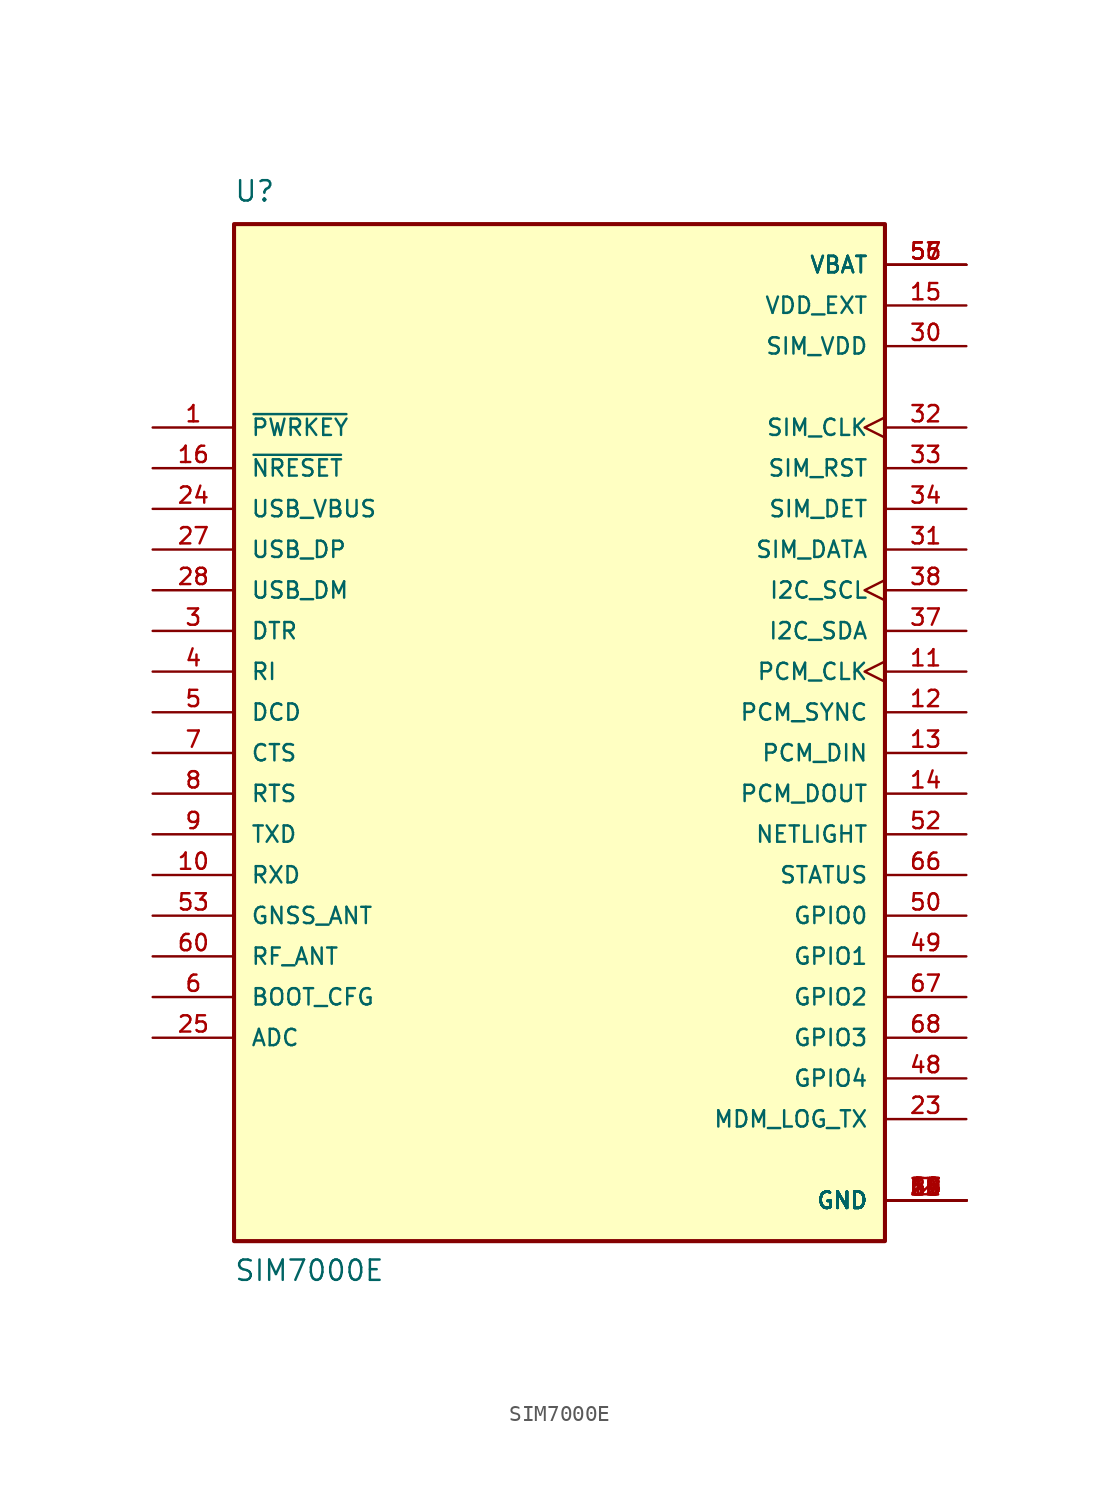
<source format=kicad_sym>
(kicad_symbol_lib
  (version 20211014)
  (generator kicad_symbol_editor)
  (symbol "SIM7000E"
    (pin_names
      (offset 1.016))
    (property "Reference" "U"
      (at -20.343 34.33 0)
      (effects (font (size 1.27 1.27)) (justify bottom left)))
    (property "Value" "SIM7000E"
      (at -20.344 -33.06 0)
      (effects (font (size 1.27 1.27)) (justify bottom left)))
    (symbol "SIM7000E_0_0"
      (rectangle (start -20.32 -30.48) (end 20.32 33.02) (stroke (width 0.254)) (fill (type background)))
      (pin power_in line (at 25.4 30.48 180.0) (length 5.08) (name "VBAT" (effects (font (size 1.016 1.016)))) (number "55" (effects (font (size 1.016 1.016)))))
      (pin power_in line (at 25.4 30.48 180.0) (length 5.08) (name "VBAT" (effects (font (size 1.016 1.016)))) (number "56" (effects (font (size 1.016 1.016)))))
      (pin power_in line (at 25.4 30.48 180.0) (length 5.08) (name "VBAT" (effects (font (size 1.016 1.016)))) (number "57" (effects (font (size 1.016 1.016)))))
      (pin power_in line (at 25.4 27.94 180.0) (length 5.08) (name "VDD_EXT" (effects (font (size 1.016 1.016)))) (number "15" (effects (font (size 1.016 1.016)))))
      (pin power_in line (at 25.4 -27.94 180.0) (length 5.08) (name "GND" (effects (font (size 1.016 1.016)))) (number "2" (effects (font (size 1.016 1.016)))))
      (pin power_in line (at 25.4 -27.94 180.0) (length 5.08) (name "GND" (effects (font (size 1.016 1.016)))) (number "17" (effects (font (size 1.016 1.016)))))
      (pin power_in line (at 25.4 -27.94 180.0) (length 5.08) (name "GND" (effects (font (size 1.016 1.016)))) (number "18" (effects (font (size 1.016 1.016)))))
      (pin power_in line (at 25.4 -27.94 180.0) (length 5.08) (name "GND" (effects (font (size 1.016 1.016)))) (number "29" (effects (font (size 1.016 1.016)))))
      (pin power_in line (at 25.4 -27.94 180.0) (length 5.08) (name "GND" (effects (font (size 1.016 1.016)))) (number "39" (effects (font (size 1.016 1.016)))))
      (pin power_in line (at 25.4 -27.94 180.0) (length 5.08) (name "GND" (effects (font (size 1.016 1.016)))) (number "45" (effects (font (size 1.016 1.016)))))
      (pin power_in line (at 25.4 -27.94 180.0) (length 5.08) (name "GND" (effects (font (size 1.016 1.016)))) (number "46" (effects (font (size 1.016 1.016)))))
      (pin power_in line (at 25.4 -27.94 180.0) (length 5.08) (name "GND" (effects (font (size 1.016 1.016)))) (number "54" (effects (font (size 1.016 1.016)))))
      (pin power_in line (at 25.4 -27.94 180.0) (length 5.08) (name "GND" (effects (font (size 1.016 1.016)))) (number "58" (effects (font (size 1.016 1.016)))))
      (pin power_in line (at 25.4 -27.94 180.0) (length 5.08) (name "GND" (effects (font (size 1.016 1.016)))) (number "59" (effects (font (size 1.016 1.016)))))
      (pin power_in line (at 25.4 -27.94 180.0) (length 5.08) (name "GND" (effects (font (size 1.016 1.016)))) (number "61" (effects (font (size 1.016 1.016)))))
      (pin power_in line (at 25.4 -27.94 180.0) (length 5.08) (name "GND" (effects (font (size 1.016 1.016)))) (number "62" (effects (font (size 1.016 1.016)))))
      (pin power_in line (at 25.4 -27.94 180.0) (length 5.08) (name "GND" (effects (font (size 1.016 1.016)))) (number "63" (effects (font (size 1.016 1.016)))))
      (pin power_in line (at 25.4 -27.94 180.0) (length 5.08) (name "GND" (effects (font (size 1.016 1.016)))) (number "64" (effects (font (size 1.016 1.016)))))
      (pin power_in line (at 25.4 -27.94 180.0) (length 5.08) (name "GND" (effects (font (size 1.016 1.016)))) (number "65" (effects (font (size 1.016 1.016)))))
      (pin input line (at -25.4 20.32 0) (length 5.08) (name "~{PWRKEY}" (effects (font (size 1.016 1.016)))) (number "1" (effects (font (size 1.016 1.016)))))
      (pin input line (at -25.4 17.78 0) (length 5.08) (name "~{NRESET}" (effects (font (size 1.016 1.016)))) (number "16" (effects (font (size 1.016 1.016)))))
      (pin bidirectional line (at 25.4 12.7 180.0) (length 5.08) (name "SIM_DATA" (effects (font (size 1.016 1.016)))) (number "31" (effects (font (size 1.016 1.016)))))
      (pin output line (at 25.4 17.78 180.0) (length 5.08) (name "SIM_RST" (effects (font (size 1.016 1.016)))) (number "33" (effects (font (size 1.016 1.016)))))
      (pin output clock (at 25.4 20.32 180.0) (length 5.08) (name "SIM_CLK" (effects (font (size 1.016 1.016)))) (number "32" (effects (font (size 1.016 1.016)))))
      (pin power_in line (at 25.4 25.4 180.0) (length 5.08) (name "SIM_VDD" (effects (font (size 1.016 1.016)))) (number "30" (effects (font (size 1.016 1.016)))))
      (pin input line (at 25.4 15.24 180.0) (length 5.08) (name "SIM_DET" (effects (font (size 1.016 1.016)))) (number "34" (effects (font (size 1.016 1.016)))))
      (pin input line (at -25.4 15.24 0) (length 5.08) (name "USB_VBUS" (effects (font (size 1.016 1.016)))) (number "24" (effects (font (size 1.016 1.016)))))
      (pin bidirectional line (at -25.4 12.7 0) (length 5.08) (name "USB_DP" (effects (font (size 1.016 1.016)))) (number "27" (effects (font (size 1.016 1.016)))))
      (pin bidirectional line (at -25.4 10.16 0) (length 5.08) (name "USB_DM" (effects (font (size 1.016 1.016)))) (number "28" (effects (font (size 1.016 1.016)))))
      (pin input line (at -25.4 7.62 0) (length 5.08) (name "DTR" (effects (font (size 1.016 1.016)))) (number "3" (effects (font (size 1.016 1.016)))))
      (pin output line (at -25.4 5.08 0) (length 5.08) (name "RI" (effects (font (size 1.016 1.016)))) (number "4" (effects (font (size 1.016 1.016)))))
      (pin output line (at -25.4 2.54 0) (length 5.08) (name "DCD" (effects (font (size 1.016 1.016)))) (number "5" (effects (font (size 1.016 1.016)))))
      (pin output line (at -25.4 0.0 0) (length 5.08) (name "CTS" (effects (font (size 1.016 1.016)))) (number "7" (effects (font (size 1.016 1.016)))))
      (pin input line (at -25.4 -2.54 0) (length 5.08) (name "RTS" (effects (font (size 1.016 1.016)))) (number "8" (effects (font (size 1.016 1.016)))))
      (pin output line (at -25.4 -5.08 0) (length 5.08) (name "TXD" (effects (font (size 1.016 1.016)))) (number "9" (effects (font (size 1.016 1.016)))))
      (pin input line (at -25.4 -7.62 0) (length 5.08) (name "RXD" (effects (font (size 1.016 1.016)))) (number "10" (effects (font (size 1.016 1.016)))))
      (pin bidirectional line (at 25.4 7.62 180.0) (length 5.08) (name "I2C_SDA" (effects (font (size 1.016 1.016)))) (number "37" (effects (font (size 1.016 1.016)))))
      (pin output clock (at 25.4 10.16 180.0) (length 5.08) (name "I2C_SCL" (effects (font (size 1.016 1.016)))) (number "38" (effects (font (size 1.016 1.016)))))
      (pin output clock (at 25.4 5.08 180.0) (length 5.08) (name "PCM_CLK" (effects (font (size 1.016 1.016)))) (number "11" (effects (font (size 1.016 1.016)))))
      (pin output line (at 25.4 2.54 180.0) (length 5.08) (name "PCM_SYNC" (effects (font (size 1.016 1.016)))) (number "12" (effects (font (size 1.016 1.016)))))
      (pin input line (at 25.4 0.0 180.0) (length 5.08) (name "PCM_DIN" (effects (font (size 1.016 1.016)))) (number "13" (effects (font (size 1.016 1.016)))))
      (pin output line (at 25.4 -2.54 180.0) (length 5.08) (name "PCM_DOUT" (effects (font (size 1.016 1.016)))) (number "14" (effects (font (size 1.016 1.016)))))
      (pin output line (at 25.4 -5.08 180.0) (length 5.08) (name "NETLIGHT" (effects (font (size 1.016 1.016)))) (number "52" (effects (font (size 1.016 1.016)))))
      (pin output line (at 25.4 -7.62 180.0) (length 5.08) (name "STATUS" (effects (font (size 1.016 1.016)))) (number "66" (effects (font (size 1.016 1.016)))))
      (pin bidirectional line (at 25.4 -10.16 180.0) (length 5.08) (name "GPIO0" (effects (font (size 1.016 1.016)))) (number "50" (effects (font (size 1.016 1.016)))))
      (pin bidirectional line (at 25.4 -12.7 180.0) (length 5.08) (name "GPIO1" (effects (font (size 1.016 1.016)))) (number "49" (effects (font (size 1.016 1.016)))))
      (pin bidirectional line (at 25.4 -15.24 180.0) (length 5.08) (name "GPIO2" (effects (font (size 1.016 1.016)))) (number "67" (effects (font (size 1.016 1.016)))))
      (pin bidirectional line (at 25.4 -17.78 180.0) (length 5.08) (name "GPIO3" (effects (font (size 1.016 1.016)))) (number "68" (effects (font (size 1.016 1.016)))))
      (pin bidirectional line (at 25.4 -20.32 180.0) (length 5.08) (name "GPIO4" (effects (font (size 1.016 1.016)))) (number "48" (effects (font (size 1.016 1.016)))))
      (pin input line (at -25.4 -10.16 0) (length 5.08) (name "GNSS_ANT" (effects (font (size 1.016 1.016)))) (number "53" (effects (font (size 1.016 1.016)))))
      (pin bidirectional line (at -25.4 -12.7 0) (length 5.08) (name "RF_ANT" (effects (font (size 1.016 1.016)))) (number "60" (effects (font (size 1.016 1.016)))))
      (pin input line (at -25.4 -15.24 0) (length 5.08) (name "BOOT_CFG" (effects (font (size 1.016 1.016)))) (number "6" (effects (font (size 1.016 1.016)))))
      (pin output line (at 25.4 -22.86 180.0) (length 5.08) (name "MDM_LOG_TX" (effects (font (size 1.016 1.016)))) (number "23" (effects (font (size 1.016 1.016)))))
      (pin input line (at -25.4 -17.78 0) (length 5.08) (name "ADC" (effects (font (size 1.016 1.016)))) (number "25" (effects (font (size 1.016 1.016))))))))
</source>
